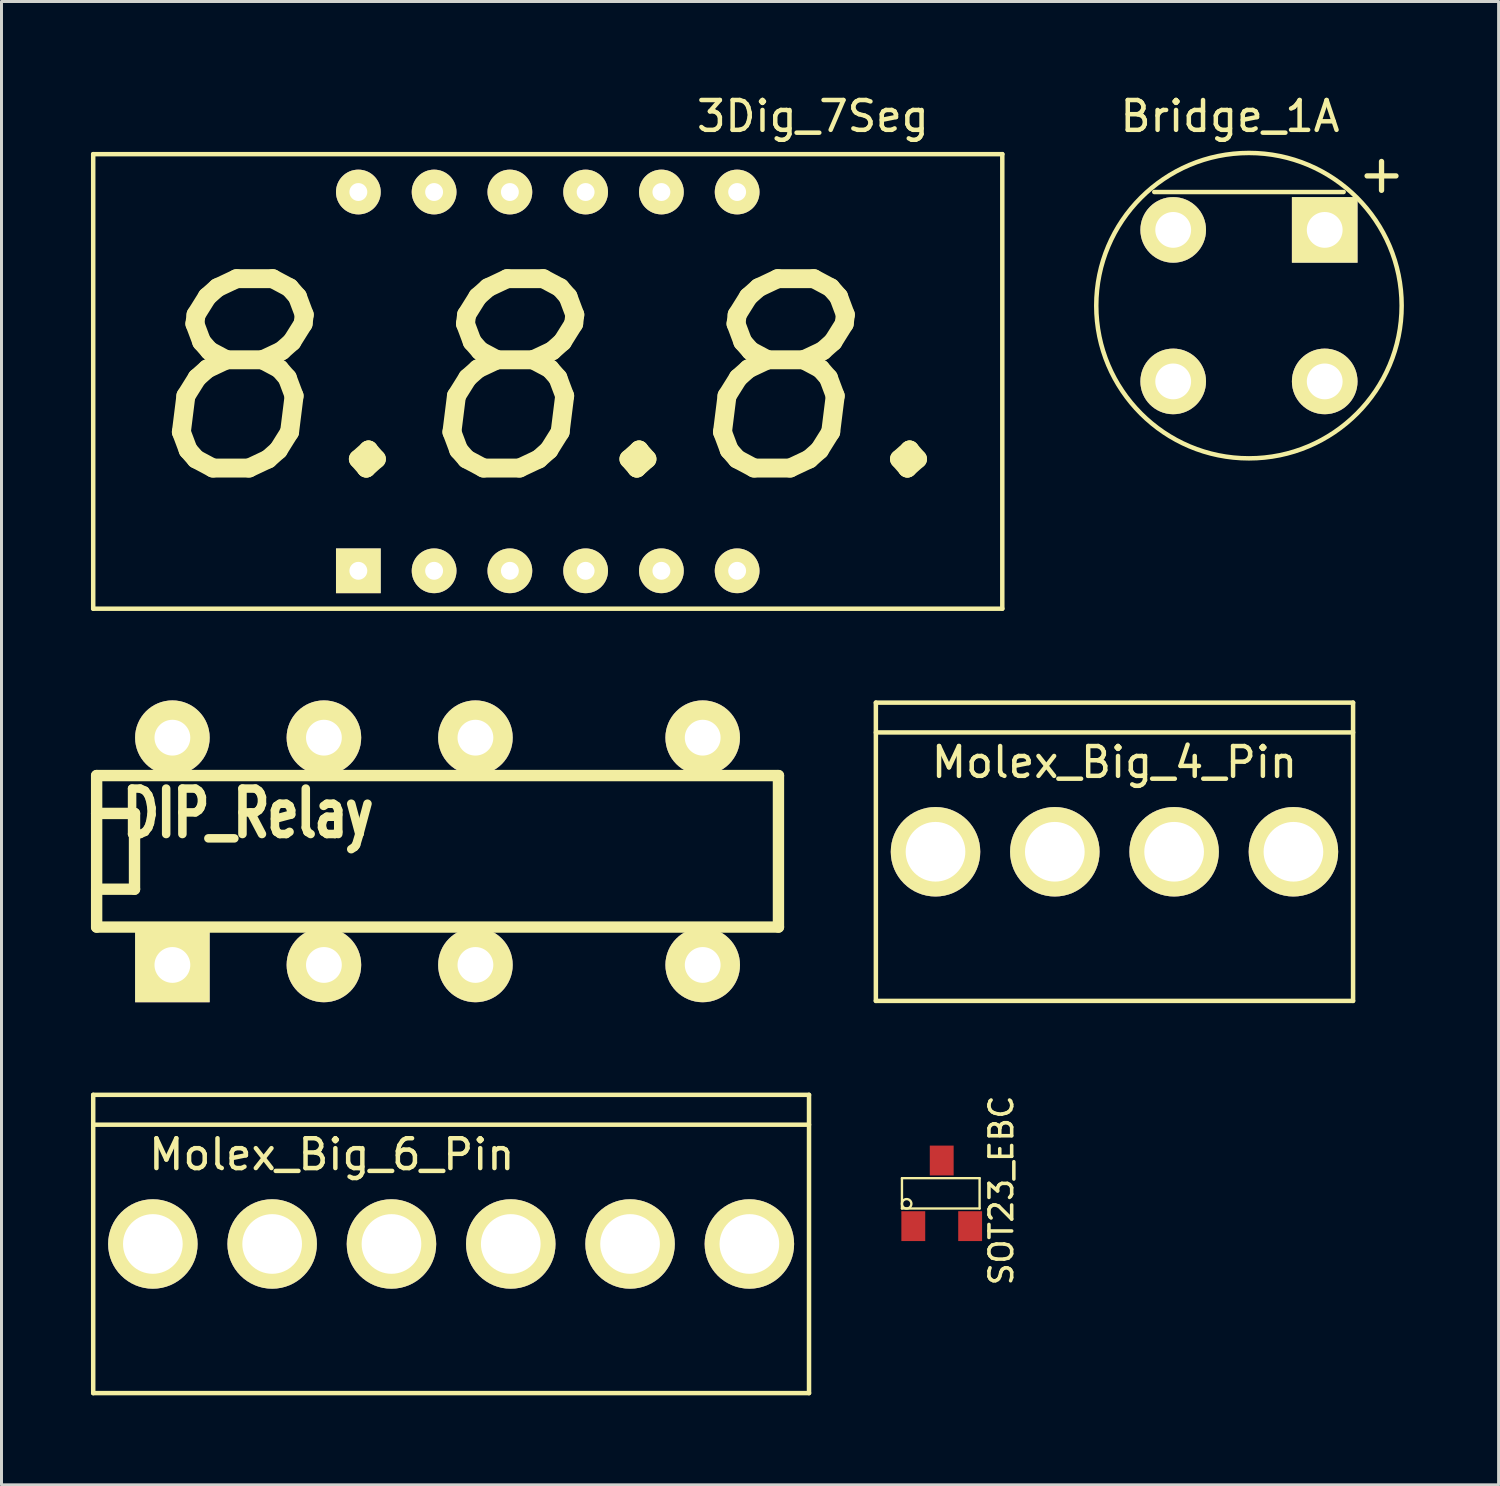
<source format=kicad_pcb>
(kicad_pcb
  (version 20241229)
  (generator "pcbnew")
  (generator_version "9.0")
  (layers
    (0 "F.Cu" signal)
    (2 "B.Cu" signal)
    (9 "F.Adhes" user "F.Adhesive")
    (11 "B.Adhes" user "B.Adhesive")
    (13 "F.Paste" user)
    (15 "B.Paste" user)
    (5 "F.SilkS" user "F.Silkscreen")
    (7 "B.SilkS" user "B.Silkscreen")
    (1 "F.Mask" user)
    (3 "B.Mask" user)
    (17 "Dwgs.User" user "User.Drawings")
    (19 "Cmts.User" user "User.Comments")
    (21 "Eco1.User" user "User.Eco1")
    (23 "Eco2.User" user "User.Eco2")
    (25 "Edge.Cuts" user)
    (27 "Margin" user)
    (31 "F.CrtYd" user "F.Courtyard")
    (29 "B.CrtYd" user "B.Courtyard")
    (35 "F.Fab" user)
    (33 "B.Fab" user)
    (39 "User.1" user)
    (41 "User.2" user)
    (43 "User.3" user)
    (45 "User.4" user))
  (footprint "Molex_Big_4_Pin"
    (layer "F.Cu")
    (at 34.316 25.508)
    (property "Reference" "Molex_Big_4_Pin" (at 0 -3 0) (layer "F.SilkS") (effects (font (size 1 1) (thickness 0.15))))
    (attr through_hole)
    (fp_line (start -8 -5) (end -8 5) (stroke (width 0.15) (type solid)) (layer "F.SilkS"))
    (fp_line (start -8 -4) (end 8 -4) (stroke (width 0.15) (type solid)) (layer "F.SilkS"))
    (fp_line (start -8 5) (end 8 5) (stroke (width 0.15) (type solid)) (layer "F.SilkS"))
    (fp_line (start 8 -5) (end -8 -5) (stroke (width 0.15) (type solid)) (layer "F.SilkS"))
    (fp_line (start 8 -5) (end 8 5) (stroke (width 0.15) (type solid)) (layer "F.SilkS"))
    (pad "1" thru_hole circle (at -6 0) (size 3 3) (drill 2) (layers "*.Cu" "*.Mask" "F.SilkS"))
    (pad "2" thru_hole circle (at -2 0) (size 3 3) (drill 2) (layers "*.Cu" "*.Mask" "F.SilkS"))
    (pad "3" thru_hole circle (at 2 0) (size 3 3) (drill 2) (layers "*.Cu" "*.Mask" "F.SilkS"))
    (pad "4" thru_hole circle (at 6 0) (size 3 3) (drill 2) (layers "*.Cu" "*.Mask" "F.SilkS")))
  (footprint "Molex_Big_6_Pin"
    (layer "F.Cu")
    (at 8.075 38.658)
    (property "Reference" "Molex_Big_6_Pin" (at 0 -3 0) (layer "F.SilkS") (effects (font (size 1 1) (thickness 0.15))))
    (attr through_hole)
    (fp_line (start -8 -5) (end -8 5) (stroke (width 0.15) (type solid)) (layer "F.SilkS"))
    (fp_line (start -8 -5) (end 16 -5) (stroke (width 0.15) (type solid)) (layer "F.SilkS"))
    (fp_line (start -8 -4) (end 16 -4) (stroke (width 0.15) (type solid)) (layer "F.SilkS"))
    (fp_line (start -8 5) (end 16 5) (stroke (width 0.15) (type solid)) (layer "F.SilkS"))
    (fp_line (start 16 -5) (end 16 5) (stroke (width 0.15) (type solid)) (layer "F.SilkS"))
    (pad "1" thru_hole circle (at -6 0) (size 3 3) (drill 2) (layers "*.Cu" "*.Mask" "F.SilkS"))
    (pad "2" thru_hole circle (at -2 0) (size 3 3) (drill 2) (layers "*.Cu" "*.Mask" "F.SilkS"))
    (pad "3" thru_hole circle (at 2 0) (size 3 3) (drill 2) (layers "*.Cu" "*.Mask" "F.SilkS"))
    (pad "4" thru_hole circle (at 6 0) (size 3 3) (drill 2) (layers "*.Cu" "*.Mask" "F.SilkS"))
    (pad "5" thru_hole circle (at 10 0) (size 3 3) (drill 2) (layers "*.Cu" "*.Mask" "F.SilkS"))
    (pad "6" thru_hole circle (at 14 0) (size 3 3) (drill 2) (layers "*.Cu" "*.Mask" "F.SilkS")))
  (footprint "SOT23_EBC"
    (layer "F.Cu")
    (at 28.524 36.96)
    (property "Reference" "SOT23_EBC" (at 1.999 -0.099 90) (layer "F.SilkS") (effects (font (size 0.762 0.762) (thickness 0.119))))
    (attr through_hole)
    (fp_line (start -1.333 -0.508) (end -1.333 0.508) (stroke (width 0.079) (type solid)) (layer "F.SilkS"))
    (fp_line (start -1.333 -0.508) (end 1.27 -0.508) (stroke (width 0.079) (type solid)) (layer "F.SilkS"))
    (fp_line (start 1.27 -0.508) (end 1.27 0.508) (stroke (width 0.079) (type solid)) (layer "F.SilkS"))
    (fp_line (start 1.27 0.508) (end -1.333 0.508) (stroke (width 0.079) (type solid)) (layer "F.SilkS"))
    (fp_circle (center -1.176 0.351) (end -1.3 0.45) (stroke (width 0.079) (type solid)) (fill no) (layer "F.SilkS"))
    (pad "B" smd rect (at -0.953 1.1) (size 0.8 1.001) (layers "F.Cu" "F.Mask" "F.Paste"))
    (pad "C" smd rect (at 0 -1.1) (size 0.8 1.001) (layers "F.Cu" "F.Mask" "F.Paste"))
    (pad "E" smd rect (at 0.953 1.1) (size 0.8 1.001) (layers "F.Cu" "F.Mask" "F.Paste")))
  (footprint "3Dig_7Seg"
    (layer "F.Cu")
    (at 15.315 9.738)
    (property "Reference" "3Dig_7Seg" (at 8.89 -8.89 0) (layer "F.SilkS") (effects (font (size 1 1) (thickness 0.15))))
    (attr through_hole)
    (fp_line (start -15.24 -7.62) (end 15.24 -7.62) (stroke (width 0.15) (type solid)) (layer "F.SilkS"))
    (fp_line (start -15.24 7.62) (end -15.24 -7.62) (stroke (width 0.15) (type solid)) (layer "F.SilkS"))
    (fp_line (start 15.24 -7.62) (end 15.24 7.62) (stroke (width 0.15) (type solid)) (layer "F.SilkS"))
    (fp_line (start 15.24 7.62) (end -15.24 7.62) (stroke (width 0.15) (type solid)) (layer "F.SilkS"))
    (fp_text user "8.8.8." (at 0 0 0) (layer "F.SilkS") (effects (font (size 6.35 6.35) (thickness 0.635) (italic yes))))
    (pad "1" thru_hole rect (at -6.35 6.35) (size 1.5 1.5) (drill 0.6) (layers "*.Cu" "*.Mask" "F.SilkS"))
    (pad "2" thru_hole circle (at -3.81 6.35) (size 1.5 1.5) (drill 0.6) (layers "*.Cu" "*.Mask" "F.SilkS"))
    (pad "3" thru_hole circle (at -1.27 6.35) (size 1.5 1.5) (drill 0.6) (layers "*.Cu" "*.Mask" "F.SilkS"))
    (pad "4" thru_hole circle (at 1.27 6.35) (size 1.5 1.5) (drill 0.6) (layers "*.Cu" "*.Mask" "F.SilkS"))
    (pad "5" thru_hole circle (at 3.81 6.35) (size 1.5 1.5) (drill 0.6) (layers "*.Cu" "*.Mask" "F.SilkS"))
    (pad "6" thru_hole circle (at 6.35 6.35) (size 1.5 1.5) (drill 0.6) (layers "*.Cu" "*.Mask" "F.SilkS"))
    (pad "7" thru_hole circle (at 6.35 -6.35) (size 1.5 1.5) (drill 0.6) (layers "*.Cu" "*.Mask" "F.SilkS"))
    (pad "8" thru_hole circle (at 3.81 -6.35) (size 1.5 1.5) (drill 0.6) (layers "*.Cu" "*.Mask" "F.SilkS"))
    (pad "9" thru_hole circle (at 1.27 -6.35) (size 1.5 1.5) (drill 0.6) (layers "*.Cu" "*.Mask" "F.SilkS"))
    (pad "10" thru_hole circle (at -1.27 -6.35) (size 1.5 1.5) (drill 0.6) (layers "*.Cu" "*.Mask" "F.SilkS"))
    (pad "11" thru_hole circle (at -3.81 -6.35) (size 1.5 1.5) (drill 0.6) (layers "*.Cu" "*.Mask" "F.SilkS"))
    (pad "12" thru_hole circle (at -6.35 -6.35) (size 1.5 1.5) (drill 0.6) (layers "*.Cu" "*.Mask" "F.SilkS")))
  (footprint "Bridge_1A"
    (layer "F.Cu")
    (at 38.825 7.198)
    (property "Reference" "Bridge_1A" (at -0.635 -6.35 0) (layer "F.SilkS") (effects (font (size 1 1) (thickness 0.15))))
    (attr through_hole)
    (fp_line (start -3.175 -3.81) (end 3.175 -3.81) (stroke (width 0.15) (type solid)) (layer "F.SilkS"))
    (fp_circle (center 0 0) (end 4.445 -2.54) (stroke (width 0.15) (type solid)) (fill no) (layer "F.SilkS"))
    (fp_text user "+" (at 4.445 -4.445 0) (layer "F.SilkS") (effects (font (size 1.27 1.27) (thickness 0.178))))
    (pad "1" thru_hole circle (at -2.54 2.54) (size 2.2 2.2) (drill 1.2) (layers "*.Cu" "*.Mask" "F.SilkS"))
    (pad "2" thru_hole circle (at 2.54 2.54) (size 2.2 2.2) (drill 1.2) (layers "*.Cu" "*.Mask" "F.SilkS"))
    (pad "3" thru_hole rect (at 2.54 -2.54) (size 2.2 2.2) (drill 1.2) (layers "*.Cu" "*.Mask" "F.SilkS"))
    (pad "4" thru_hole circle (at -2.54 -2.54) (size 2.2 2.2) (drill 1.2) (layers "*.Cu" "*.Mask" "F.SilkS")))
  (footprint "DIP_Relay"
    (layer "F.Cu")
    (at 11.62 25.493)
    (property "Reference" "DIP_Relay" (at -6.35 -1.27 0) (layer "F.SilkS") (effects (font (size 1.524 1.143) (thickness 0.305))))
    (attr through_hole)
    (fp_line (start -11.43 -2.54) (end 11.43 -2.54) (stroke (width 0.381) (type solid)) (layer "F.SilkS"))
    (fp_line (start -11.43 -1.27) (end -11.43 -1.27) (stroke (width 0.381) (type solid)) (layer "F.SilkS"))
    (fp_line (start -11.43 -1.27) (end -10.16 -1.27) (stroke (width 0.381) (type solid)) (layer "F.SilkS"))
    (fp_line (start -11.43 2.54) (end -11.43 -2.54) (stroke (width 0.381) (type solid)) (layer "F.SilkS"))
    (fp_line (start -10.16 -1.27) (end -10.16 1.27) (stroke (width 0.381) (type solid)) (layer "F.SilkS"))
    (fp_line (start -10.16 1.27) (end -11.43 1.27) (stroke (width 0.381) (type solid)) (layer "F.SilkS"))
    (fp_line (start 11.43 -2.54) (end 11.43 2.54) (stroke (width 0.381) (type solid)) (layer "F.SilkS"))
    (fp_line (start 11.43 2.54) (end -11.43 2.54) (stroke (width 0.381) (type solid)) (layer "F.SilkS"))
    (pad "1" thru_hole rect (at -8.89 3.81) (size 2.5 2.5) (drill 1.2) (layers "*.Cu" "*.Mask" "F.SilkS"))
    (pad "3" thru_hole circle (at -3.81 3.81) (size 2.5 2.5) (drill 1.2) (layers "*.Cu" "*.Mask" "F.SilkS"))
    (pad "5" thru_hole circle (at 1.27 3.81) (size 2.5 2.5) (drill 1.2) (layers "*.Cu" "*.Mask" "F.SilkS"))
    (pad "8" thru_hole circle (at 8.89 3.81) (size 2.5 2.5) (drill 1.2) (layers "*.Cu" "*.Mask" "F.SilkS"))
    (pad "9" thru_hole circle (at 8.89 -3.81) (size 2.5 2.5) (drill 1.2) (layers "*.Cu" "*.Mask" "F.SilkS"))
    (pad "12" thru_hole circle (at 1.27 -3.81) (size 2.5 2.5) (drill 1.2) (layers "*.Cu" "*.Mask" "F.SilkS"))
    (pad "14" thru_hole circle (at -3.81 -3.81) (size 2.5 2.5) (drill 1.2) (layers "*.Cu" "*.Mask" "F.SilkS"))
    (pad "16" thru_hole circle (at -8.89 -3.81) (size 2.5 2.5) (drill 1.2) (layers "*.Cu" "*.Mask" "F.SilkS")))
  (gr_rect
    (start -3 -3)
    (end 47.195 46.733)
    (stroke (width 0.1) (type default))
    (fill no)
    (layer "Edge.Cuts")))
</source>
